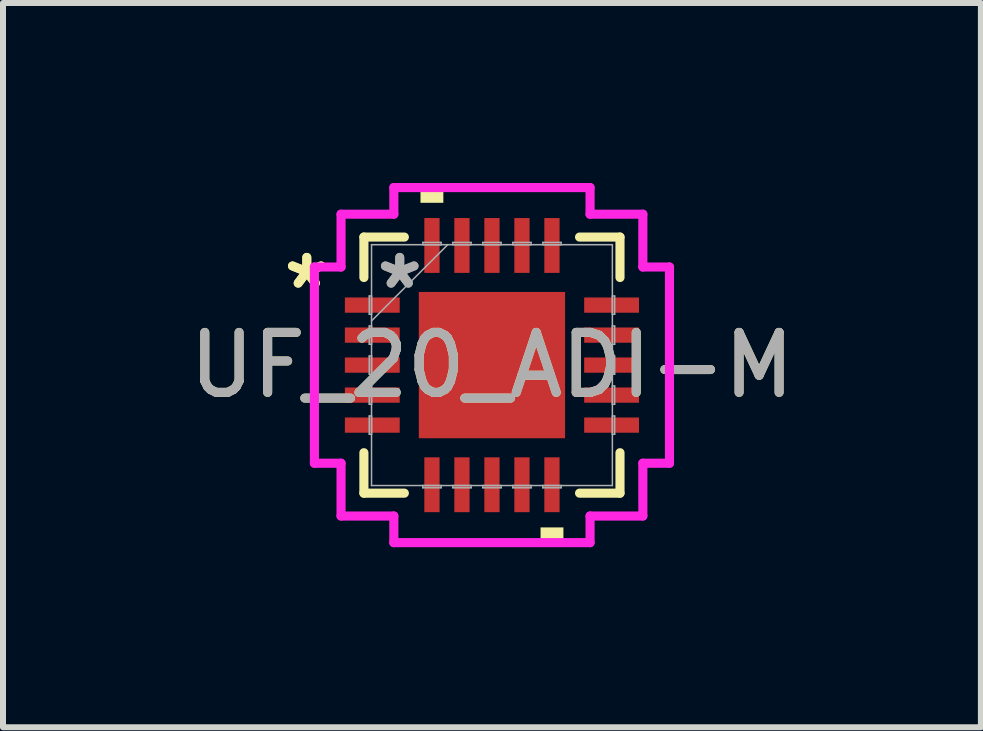
<source format=kicad_pcb>
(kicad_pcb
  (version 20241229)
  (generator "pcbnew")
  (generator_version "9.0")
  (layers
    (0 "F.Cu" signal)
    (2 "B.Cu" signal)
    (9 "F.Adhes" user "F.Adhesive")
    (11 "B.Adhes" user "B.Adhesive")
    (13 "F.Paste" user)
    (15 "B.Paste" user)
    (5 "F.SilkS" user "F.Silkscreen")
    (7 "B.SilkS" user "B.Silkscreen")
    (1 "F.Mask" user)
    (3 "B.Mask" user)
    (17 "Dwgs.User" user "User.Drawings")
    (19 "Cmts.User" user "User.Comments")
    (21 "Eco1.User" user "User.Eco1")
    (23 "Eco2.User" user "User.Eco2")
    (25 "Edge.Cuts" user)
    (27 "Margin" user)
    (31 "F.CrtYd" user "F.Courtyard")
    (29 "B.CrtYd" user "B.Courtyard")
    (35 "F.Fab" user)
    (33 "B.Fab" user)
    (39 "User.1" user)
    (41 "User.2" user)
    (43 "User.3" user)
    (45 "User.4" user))
  (footprint "UF_20_ADI-M"
    (layer "F.Cu")
    (at 5.149 3.035)
    (property "Reference" "UF_20_ADI-M" (at 0 0 0) (unlocked yes) (layer "F.SilkS") (effects (font (size 1 1) (thickness 0.15))))
    (attr smd)
    (fp_line (start -2.134 -2.134) (end -2.134 -1.46) (stroke (width 0.152) (type solid)) (layer "F.SilkS"))
    (fp_line (start -2.134 1.46) (end -2.134 2.134) (stroke (width 0.152) (type solid)) (layer "F.SilkS"))
    (fp_line (start -2.134 2.134) (end -1.46 2.134) (stroke (width 0.152) (type solid)) (layer "F.SilkS"))
    (fp_line (start -1.46 -2.134) (end -2.134 -2.134) (stroke (width 0.152) (type solid)) (layer "F.SilkS"))
    (fp_line (start 1.46 2.134) (end 2.134 2.134) (stroke (width 0.152) (type solid)) (layer "F.SilkS"))
    (fp_line (start 2.134 -2.134) (end 1.46 -2.134) (stroke (width 0.152) (type solid)) (layer "F.SilkS"))
    (fp_line (start 2.134 -1.46) (end 2.134 -2.134) (stroke (width 0.152) (type solid)) (layer "F.SilkS"))
    (fp_line (start 2.134 2.134) (end 2.134 1.46) (stroke (width 0.152) (type solid)) (layer "F.SilkS"))
    (fp_poly (pts (xy -1.191 -2.705) (xy -1.191 -2.959) (xy -0.81 -2.959) (xy -0.81 -2.705)) (stroke (width 0) (type solid)) (fill yes) (layer "F.SilkS"))
    (fp_poly (pts (xy 0.81 2.705) (xy 0.81 2.959) (xy 1.191 2.959) (xy 1.191 2.705)) (stroke (width 0) (type solid)) (fill yes) (layer "F.SilkS"))
    (fp_line (start -2.959 -1.635) (end -2.515 -1.635) (stroke (width 0.152) (type solid)) (layer "F.CrtYd"))
    (fp_line (start -2.959 1.635) (end -2.959 -1.635) (stroke (width 0.152) (type solid)) (layer "F.CrtYd"))
    (fp_line (start -2.515 -2.515) (end -1.635 -2.515) (stroke (width 0.152) (type solid)) (layer "F.CrtYd"))
    (fp_line (start -2.515 -1.635) (end -2.515 -2.515) (stroke (width 0.152) (type solid)) (layer "F.CrtYd"))
    (fp_line (start -2.515 1.635) (end -2.959 1.635) (stroke (width 0.152) (type solid)) (layer "F.CrtYd"))
    (fp_line (start -2.515 2.515) (end -2.515 1.635) (stroke (width 0.152) (type solid)) (layer "F.CrtYd"))
    (fp_line (start -1.635 -2.959) (end 1.635 -2.959) (stroke (width 0.152) (type solid)) (layer "F.CrtYd"))
    (fp_line (start -1.635 -2.515) (end -1.635 -2.959) (stroke (width 0.152) (type solid)) (layer "F.CrtYd"))
    (fp_line (start -1.635 2.515) (end -2.515 2.515) (stroke (width 0.152) (type solid)) (layer "F.CrtYd"))
    (fp_line (start -1.635 2.959) (end -1.635 2.515) (stroke (width 0.152) (type solid)) (layer "F.CrtYd"))
    (fp_line (start 1.635 -2.959) (end 1.635 -2.515) (stroke (width 0.152) (type solid)) (layer "F.CrtYd"))
    (fp_line (start 1.635 -2.515) (end 2.515 -2.515) (stroke (width 0.152) (type solid)) (layer "F.CrtYd"))
    (fp_line (start 1.635 2.515) (end 1.635 2.959) (stroke (width 0.152) (type solid)) (layer "F.CrtYd"))
    (fp_line (start 1.635 2.959) (end -1.635 2.959) (stroke (width 0.152) (type solid)) (layer "F.CrtYd"))
    (fp_line (start 2.515 -2.515) (end 2.515 -1.635) (stroke (width 0.152) (type solid)) (layer "F.CrtYd"))
    (fp_line (start 2.515 -1.635) (end 2.959 -1.635) (stroke (width 0.152) (type solid)) (layer "F.CrtYd"))
    (fp_line (start 2.515 1.635) (end 2.515 2.515) (stroke (width 0.152) (type solid)) (layer "F.CrtYd"))
    (fp_line (start 2.515 2.515) (end 1.635 2.515) (stroke (width 0.152) (type solid)) (layer "F.CrtYd"))
    (fp_line (start 2.959 -1.635) (end 2.959 1.635) (stroke (width 0.152) (type solid)) (layer "F.CrtYd"))
    (fp_line (start 2.959 1.635) (end 2.515 1.635) (stroke (width 0.152) (type solid)) (layer "F.CrtYd"))
    (fp_line (start -2.045 -1.152) (end -2.045 -0.848) (stroke (width 0.025) (type solid)) (layer "F.Fab"))
    (fp_line (start -2.045 -0.848) (end -2.007 -0.848) (stroke (width 0.025) (type solid)) (layer "F.Fab"))
    (fp_line (start -2.045 -0.652) (end -2.045 -0.348) (stroke (width 0.025) (type solid)) (layer "F.Fab"))
    (fp_line (start -2.045 -0.348) (end -2.007 -0.348) (stroke (width 0.025) (type solid)) (layer "F.Fab"))
    (fp_line (start -2.045 -0.152) (end -2.045 0.152) (stroke (width 0.025) (type solid)) (layer "F.Fab"))
    (fp_line (start -2.045 0.152) (end -2.007 0.152) (stroke (width 0.025) (type solid)) (layer "F.Fab"))
    (fp_line (start -2.045 0.348) (end -2.045 0.652) (stroke (width 0.025) (type solid)) (layer "F.Fab"))
    (fp_line (start -2.045 0.652) (end -2.007 0.652) (stroke (width 0.025) (type solid)) (layer "F.Fab"))
    (fp_line (start -2.045 0.848) (end -2.045 1.152) (stroke (width 0.025) (type solid)) (layer "F.Fab"))
    (fp_line (start -2.045 1.152) (end -2.007 1.152) (stroke (width 0.025) (type solid)) (layer "F.Fab"))
    (fp_line (start -2.007 -2.007) (end -2.007 -2.007) (stroke (width 0.025) (type solid)) (layer "F.Fab"))
    (fp_line (start -2.007 -2.007) (end -2.007 2.007) (stroke (width 0.025) (type solid)) (layer "F.Fab"))
    (fp_line (start -2.007 -1.152) (end -2.045 -1.152) (stroke (width 0.025) (type solid)) (layer "F.Fab"))
    (fp_line (start -2.007 -0.848) (end -2.007 -1.152) (stroke (width 0.025) (type solid)) (layer "F.Fab"))
    (fp_line (start -2.007 -0.737) (end -0.737 -2.007) (stroke (width 0.025) (type solid)) (layer "F.Fab"))
    (fp_line (start -2.007 -0.652) (end -2.045 -0.652) (stroke (width 0.025) (type solid)) (layer "F.Fab"))
    (fp_line (start -2.007 -0.348) (end -2.007 -0.652) (stroke (width 0.025) (type solid)) (layer "F.Fab"))
    (fp_line (start -2.007 -0.152) (end -2.045 -0.152) (stroke (width 0.025) (type solid)) (layer "F.Fab"))
    (fp_line (start -2.007 0.152) (end -2.007 -0.152) (stroke (width 0.025) (type solid)) (layer "F.Fab"))
    (fp_line (start -2.007 0.348) (end -2.045 0.348) (stroke (width 0.025) (type solid)) (layer "F.Fab"))
    (fp_line (start -2.007 0.652) (end -2.007 0.348) (stroke (width 0.025) (type solid)) (layer "F.Fab"))
    (fp_line (start -2.007 0.848) (end -2.045 0.848) (stroke (width 0.025) (type solid)) (layer "F.Fab"))
    (fp_line (start -2.007 1.152) (end -2.007 0.848) (stroke (width 0.025) (type solid)) (layer "F.Fab"))
    (fp_line (start -2.007 2.007) (end -2.007 2.007) (stroke (width 0.025) (type solid)) (layer "F.Fab"))
    (fp_line (start -2.007 2.007) (end 2.007 2.007) (stroke (width 0.025) (type solid)) (layer "F.Fab"))
    (fp_line (start -1.152 -2.045) (end -1.152 -2.007) (stroke (width 0.025) (type solid)) (layer "F.Fab"))
    (fp_line (start -1.152 -2.007) (end -0.848 -2.007) (stroke (width 0.025) (type solid)) (layer "F.Fab"))
    (fp_line (start -1.152 2.007) (end -1.152 2.045) (stroke (width 0.025) (type solid)) (layer "F.Fab"))
    (fp_line (start -1.152 2.045) (end -0.848 2.045) (stroke (width 0.025) (type solid)) (layer "F.Fab"))
    (fp_line (start -0.848 -2.045) (end -1.152 -2.045) (stroke (width 0.025) (type solid)) (layer "F.Fab"))
    (fp_line (start -0.848 -2.007) (end -0.848 -2.045) (stroke (width 0.025) (type solid)) (layer "F.Fab"))
    (fp_line (start -0.848 2.007) (end -1.152 2.007) (stroke (width 0.025) (type solid)) (layer "F.Fab"))
    (fp_line (start -0.848 2.045) (end -0.848 2.007) (stroke (width 0.025) (type solid)) (layer "F.Fab"))
    (fp_line (start -0.652 -2.045) (end -0.652 -2.007) (stroke (width 0.025) (type solid)) (layer "F.Fab"))
    (fp_line (start -0.652 -2.007) (end -0.348 -2.007) (stroke (width 0.025) (type solid)) (layer "F.Fab"))
    (fp_line (start -0.652 2.007) (end -0.652 2.045) (stroke (width 0.025) (type solid)) (layer "F.Fab"))
    (fp_line (start -0.652 2.045) (end -0.348 2.045) (stroke (width 0.025) (type solid)) (layer "F.Fab"))
    (fp_line (start -0.348 -2.045) (end -0.652 -2.045) (stroke (width 0.025) (type solid)) (layer "F.Fab"))
    (fp_line (start -0.348 -2.007) (end -0.348 -2.045) (stroke (width 0.025) (type solid)) (layer "F.Fab"))
    (fp_line (start -0.348 2.007) (end -0.652 2.007) (stroke (width 0.025) (type solid)) (layer "F.Fab"))
    (fp_line (start -0.348 2.045) (end -0.348 2.007) (stroke (width 0.025) (type solid)) (layer "F.Fab"))
    (fp_line (start -0.152 -2.045) (end -0.152 -2.007) (stroke (width 0.025) (type solid)) (layer "F.Fab"))
    (fp_line (start -0.152 -2.007) (end 0.152 -2.007) (stroke (width 0.025) (type solid)) (layer "F.Fab"))
    (fp_line (start -0.152 2.007) (end -0.152 2.045) (stroke (width 0.025) (type solid)) (layer "F.Fab"))
    (fp_line (start -0.152 2.045) (end 0.152 2.045) (stroke (width 0.025) (type solid)) (layer "F.Fab"))
    (fp_line (start 0.152 -2.045) (end -0.152 -2.045) (stroke (width 0.025) (type solid)) (layer "F.Fab"))
    (fp_line (start 0.152 -2.007) (end 0.152 -2.045) (stroke (width 0.025) (type solid)) (layer "F.Fab"))
    (fp_line (start 0.152 2.007) (end -0.152 2.007) (stroke (width 0.025) (type solid)) (layer "F.Fab"))
    (fp_line (start 0.152 2.045) (end 0.152 2.007) (stroke (width 0.025) (type solid)) (layer "F.Fab"))
    (fp_line (start 0.348 -2.045) (end 0.348 -2.007) (stroke (width 0.025) (type solid)) (layer "F.Fab"))
    (fp_line (start 0.348 -2.007) (end 0.652 -2.007) (stroke (width 0.025) (type solid)) (layer "F.Fab"))
    (fp_line (start 0.348 2.007) (end 0.348 2.045) (stroke (width 0.025) (type solid)) (layer "F.Fab"))
    (fp_line (start 0.348 2.045) (end 0.652 2.045) (stroke (width 0.025) (type solid)) (layer "F.Fab"))
    (fp_line (start 0.652 -2.045) (end 0.348 -2.045) (stroke (width 0.025) (type solid)) (layer "F.Fab"))
    (fp_line (start 0.652 -2.007) (end 0.652 -2.045) (stroke (width 0.025) (type solid)) (layer "F.Fab"))
    (fp_line (start 0.652 2.007) (end 0.348 2.007) (stroke (width 0.025) (type solid)) (layer "F.Fab"))
    (fp_line (start 0.652 2.045) (end 0.652 2.007) (stroke (width 0.025) (type solid)) (layer "F.Fab"))
    (fp_line (start 0.848 -2.045) (end 0.848 -2.007) (stroke (width 0.025) (type solid)) (layer "F.Fab"))
    (fp_line (start 0.848 -2.007) (end 1.152 -2.007) (stroke (width 0.025) (type solid)) (layer "F.Fab"))
    (fp_line (start 0.848 2.007) (end 0.848 2.045) (stroke (width 0.025) (type solid)) (layer "F.Fab"))
    (fp_line (start 0.848 2.045) (end 1.152 2.045) (stroke (width 0.025) (type solid)) (layer "F.Fab"))
    (fp_line (start 1.152 -2.045) (end 0.848 -2.045) (stroke (width 0.025) (type solid)) (layer "F.Fab"))
    (fp_line (start 1.152 -2.007) (end 1.152 -2.045) (stroke (width 0.025) (type solid)) (layer "F.Fab"))
    (fp_line (start 1.152 2.007) (end 0.848 2.007) (stroke (width 0.025) (type solid)) (layer "F.Fab"))
    (fp_line (start 1.152 2.045) (end 1.152 2.007) (stroke (width 0.025) (type solid)) (layer "F.Fab"))
    (fp_line (start 2.007 -2.007) (end -2.007 -2.007) (stroke (width 0.025) (type solid)) (layer "F.Fab"))
    (fp_line (start 2.007 -2.007) (end 2.007 -2.007) (stroke (width 0.025) (type solid)) (layer "F.Fab"))
    (fp_line (start 2.007 -1.152) (end 2.007 -0.848) (stroke (width 0.025) (type solid)) (layer "F.Fab"))
    (fp_line (start 2.007 -0.848) (end 2.045 -0.848) (stroke (width 0.025) (type solid)) (layer "F.Fab"))
    (fp_line (start 2.007 -0.652) (end 2.007 -0.348) (stroke (width 0.025) (type solid)) (layer "F.Fab"))
    (fp_line (start 2.007 -0.348) (end 2.045 -0.348) (stroke (width 0.025) (type solid)) (layer "F.Fab"))
    (fp_line (start 2.007 -0.152) (end 2.007 0.152) (stroke (width 0.025) (type solid)) (layer "F.Fab"))
    (fp_line (start 2.007 0.152) (end 2.045 0.152) (stroke (width 0.025) (type solid)) (layer "F.Fab"))
    (fp_line (start 2.007 0.348) (end 2.007 0.652) (stroke (width 0.025) (type solid)) (layer "F.Fab"))
    (fp_line (start 2.007 0.652) (end 2.045 0.652) (stroke (width 0.025) (type solid)) (layer "F.Fab"))
    (fp_line (start 2.007 0.848) (end 2.007 1.152) (stroke (width 0.025) (type solid)) (layer "F.Fab"))
    (fp_line (start 2.007 1.152) (end 2.045 1.152) (stroke (width 0.025) (type solid)) (layer "F.Fab"))
    (fp_line (start 2.007 2.007) (end 2.007 -2.007) (stroke (width 0.025) (type solid)) (layer "F.Fab"))
    (fp_line (start 2.007 2.007) (end 2.007 2.007) (stroke (width 0.025) (type solid)) (layer "F.Fab"))
    (fp_line (start 2.045 -1.152) (end 2.007 -1.152) (stroke (width 0.025) (type solid)) (layer "F.Fab"))
    (fp_line (start 2.045 -0.848) (end 2.045 -1.152) (stroke (width 0.025) (type solid)) (layer "F.Fab"))
    (fp_line (start 2.045 -0.652) (end 2.007 -0.652) (stroke (width 0.025) (type solid)) (layer "F.Fab"))
    (fp_line (start 2.045 -0.348) (end 2.045 -0.652) (stroke (width 0.025) (type solid)) (layer "F.Fab"))
    (fp_line (start 2.045 -0.152) (end 2.007 -0.152) (stroke (width 0.025) (type solid)) (layer "F.Fab"))
    (fp_line (start 2.045 0.152) (end 2.045 -0.152) (stroke (width 0.025) (type solid)) (layer "F.Fab"))
    (fp_line (start 2.045 0.348) (end 2.007 0.348) (stroke (width 0.025) (type solid)) (layer "F.Fab"))
    (fp_line (start 2.045 0.652) (end 2.045 0.348) (stroke (width 0.025) (type solid)) (layer "F.Fab"))
    (fp_line (start 2.045 0.848) (end 2.007 0.848) (stroke (width 0.025) (type solid)) (layer "F.Fab"))
    (fp_line (start 2.045 1.152) (end 2.045 0.848) (stroke (width 0.025) (type solid)) (layer "F.Fab"))
    (fp_text user "*" (at -3.086 -1.25 0) (unlocked yes) (layer "F.SilkS") (effects (font (size 1 1) (thickness 0.15))))
    (fp_text user "*" (at -3.086 -1.25 0) (layer "F.SilkS") (effects (font (size 1 1) (thickness 0.15))))
    (fp_text user "${REFERENCE}" (at 0 0 0) (unlocked yes) (layer "F.Fab") (effects (font (size 1 1) (thickness 0.15))))
    (fp_text user "*" (at -1.537 -1.25 0) (layer "F.Fab") (effects (font (size 1 1) (thickness 0.15))))
    (fp_text user "*" (at -1.537 -1.25 0) (unlocked yes) (layer "F.Fab") (effects (font (size 1 1) (thickness 0.15))))
    (pad "1" smd rect (at -1.994 -1 90) (size 0.254 0.914) (layers "F.Cu" "F.Mask" "F.Paste"))
    (pad "2" smd rect (at -1.994 -0.5 90) (size 0.254 0.914) (layers "F.Cu" "F.Mask" "F.Paste"))
    (pad "3" smd rect (at -1.994 0 90) (size 0.254 0.914) (layers "F.Cu" "F.Mask" "F.Paste"))
    (pad "4" smd rect (at -1.994 0.5 90) (size 0.254 0.914) (layers "F.Cu" "F.Mask" "F.Paste"))
    (pad "5" smd rect (at -1.994 1 90) (size 0.254 0.914) (layers "F.Cu" "F.Mask" "F.Paste"))
    (pad "6" smd rect (at -1 1.994) (size 0.254 0.914) (layers "F.Cu" "F.Mask" "F.Paste"))
    (pad "7" smd rect (at -0.5 1.994) (size 0.254 0.914) (layers "F.Cu" "F.Mask" "F.Paste"))
    (pad "8" smd rect (at 0 1.994) (size 0.254 0.914) (layers "F.Cu" "F.Mask" "F.Paste"))
    (pad "9" smd rect (at 0.5 1.994) (size 0.254 0.914) (layers "F.Cu" "F.Mask" "F.Paste"))
    (pad "10" smd rect (at 1 1.994) (size 0.254 0.914) (layers "F.Cu" "F.Mask" "F.Paste"))
    (pad "11" smd rect (at 1.994 1 90) (size 0.254 0.914) (layers "F.Cu" "F.Mask" "F.Paste"))
    (pad "12" smd rect (at 1.994 0.5 90) (size 0.254 0.914) (layers "F.Cu" "F.Mask" "F.Paste"))
    (pad "13" smd rect (at 1.994 0 90) (size 0.254 0.914) (layers "F.Cu" "F.Mask" "F.Paste"))
    (pad "14" smd rect (at 1.994 -0.5 90) (size 0.254 0.914) (layers "F.Cu" "F.Mask" "F.Paste"))
    (pad "15" smd rect (at 1.994 -1 90) (size 0.254 0.914) (layers "F.Cu" "F.Mask" "F.Paste"))
    (pad "16" smd rect (at 1 -1.994) (size 0.254 0.914) (layers "F.Cu" "F.Mask" "F.Paste"))
    (pad "17" smd rect (at 0.5 -1.994) (size 0.254 0.914) (layers "F.Cu" "F.Mask" "F.Paste"))
    (pad "18" smd rect (at 0 -1.994) (size 0.254 0.914) (layers "F.Cu" "F.Mask" "F.Paste"))
    (pad "19" smd rect (at -0.5 -1.994) (size 0.254 0.914) (layers "F.Cu" "F.Mask" "F.Paste"))
    (pad "20" smd rect (at -1 -1.994) (size 0.254 0.914) (layers "F.Cu" "F.Mask" "F.Paste"))
    (pad "21" smd rect (at 0 0) (size 2.438 2.438) (layers "F.Cu" "F.Mask" "F.Paste")))
  (gr_rect
    (start -3 -3)
    (end 13.298 9.071)
    (stroke (width 0.1) (type default))
    (fill no)
    (layer "Edge.Cuts")))
</source>
